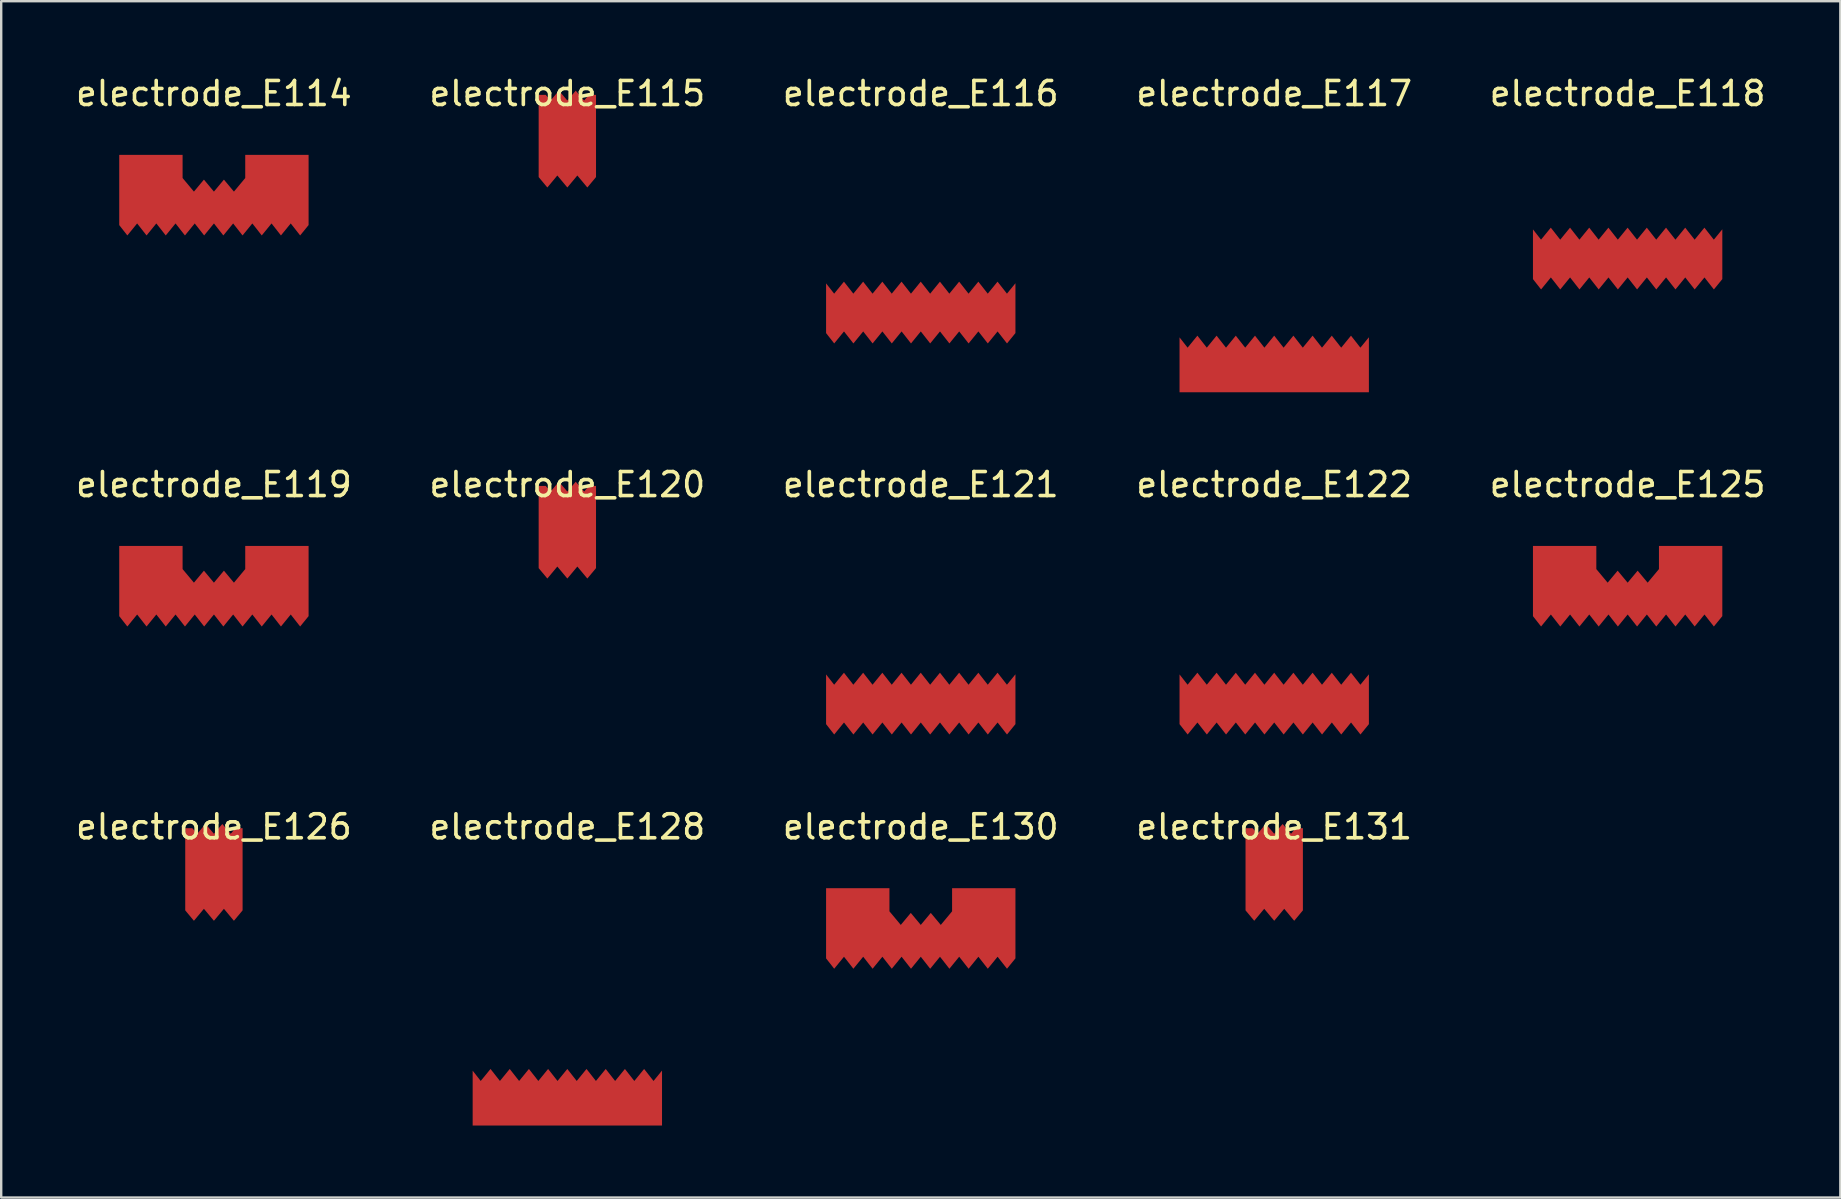
<source format=kicad_pcb>
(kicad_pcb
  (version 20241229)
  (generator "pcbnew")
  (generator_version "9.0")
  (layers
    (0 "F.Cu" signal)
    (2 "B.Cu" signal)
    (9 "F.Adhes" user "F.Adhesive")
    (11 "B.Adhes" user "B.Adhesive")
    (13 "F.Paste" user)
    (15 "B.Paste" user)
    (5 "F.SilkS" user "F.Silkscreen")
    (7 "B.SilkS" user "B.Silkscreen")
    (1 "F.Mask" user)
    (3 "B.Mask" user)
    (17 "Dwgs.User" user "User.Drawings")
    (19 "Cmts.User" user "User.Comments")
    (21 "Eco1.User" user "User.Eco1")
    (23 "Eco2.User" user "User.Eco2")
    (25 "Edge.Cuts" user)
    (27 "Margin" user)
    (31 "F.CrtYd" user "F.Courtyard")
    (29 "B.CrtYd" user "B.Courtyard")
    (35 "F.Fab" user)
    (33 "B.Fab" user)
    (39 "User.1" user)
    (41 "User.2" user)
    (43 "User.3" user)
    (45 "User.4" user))
  (footprint "electrode_E121"
    (layer "F.Cu")
    (at 35.315 17.142)
    (property "Reference" "electrode_E121" (at 0 0 0) (layer "F.SilkS") (effects (font (size 1 1) (thickness 0.15))))
    (attr through_hole)
    (pad "1" smd custom (at -2.838 9.112) (size 0.5 0.5) (layers "F.Cu" "F.Mask" "F.Paste") (options (anchor circle)) (primitives (gr_poly (pts (xy 6.429 -0.774) (xy 6.783 -1.208) (xy 6.783 0.868) (xy 6.431 1.3) (xy 6.039 0.8) (xy 5.631 1.3) (xy 5.239 0.8) (xy 4.831 1.3) (xy 4.439 0.8) (xy 4.031 1.3) (xy 3.639 0.8) (xy 3.231 1.3) (xy 2.839 0.8) (xy 2.431 1.3) (xy 2.039 0.8) (xy 1.631 1.3) (xy 1.239 0.8) (xy 0.831 1.3) (xy 0.439 0.8) (xy 0.031 1.3) (xy -0.361 0.8) (xy -0.769 1.3) (xy -1.107 0.869) (xy -1.107 -1.203) (xy -0.771 -0.774) (xy -0.363 -1.274) (xy 0.029 -0.774) (xy 0.437 -1.274) (xy 0.829 -0.774) (xy 1.237 -1.274) (xy 1.629 -0.774) (xy 2.037 -1.274) (xy 2.429 -0.774) (xy 2.837 -1.274) (xy 3.229 -0.774) (xy 3.637 -1.274) (xy 4.029 -0.774) (xy 4.437 -1.274) (xy 4.829 -0.774) (xy 5.237 -1.274) (xy 5.629 -0.774) (xy 6.037 -1.274)) (width 0.0001) (fill yes)))))
  (footprint "electrode_E122"
    (layer "F.Cu")
    (at 50.042 17.142)
    (property "Reference" "electrode_E122" (at 0 0 0) (layer "F.SilkS") (effects (font (size 1 1) (thickness 0.15))))
    (attr through_hole)
    (pad "1" smd custom (at -2.838 9.112) (size 0.5 0.5) (layers "F.Cu" "F.Mask" "F.Paste") (options (anchor circle)) (primitives (gr_poly (pts (xy 6.429 -0.774) (xy 6.783 -1.208) (xy 6.783 0.868) (xy 6.431 1.3) (xy 6.039 0.8) (xy 5.631 1.3) (xy 5.239 0.8) (xy 4.831 1.3) (xy 4.439 0.8) (xy 4.031 1.3) (xy 3.639 0.8) (xy 3.231 1.3) (xy 2.839 0.8) (xy 2.431 1.3) (xy 2.039 0.8) (xy 1.631 1.3) (xy 1.239 0.8) (xy 0.831 1.3) (xy 0.439 0.8) (xy 0.031 1.3) (xy -0.361 0.8) (xy -0.769 1.3) (xy -1.107 0.869) (xy -1.107 -1.203) (xy -0.771 -0.774) (xy -0.363 -1.274) (xy 0.029 -0.774) (xy 0.437 -1.274) (xy 0.829 -0.774) (xy 1.237 -1.274) (xy 1.629 -0.774) (xy 2.037 -1.274) (xy 2.429 -0.774) (xy 2.837 -1.274) (xy 3.229 -0.774) (xy 3.637 -1.274) (xy 4.029 -0.774) (xy 4.437 -1.274) (xy 4.829 -0.774) (xy 5.237 -1.274) (xy 5.629 -0.774) (xy 6.037 -1.274)) (width 0.0001) (fill yes)))))
  (footprint "electrode_E119"
    (layer "F.Cu")
    (at 5.863 17.142)
    (property "Reference" "electrode_E119" (at 0 0 0) (layer "F.SilkS") (effects (font (size 1 1) (thickness 0.15))))
    (attr through_hole)
    (pad "1" smd custom (at -2.708 3.99) (size 0.5 0.5) (layers "F.Cu" "F.Mask" "F.Paste") (options (anchor circle)) (primitives (gr_poly (pts (xy 6.653 1.49) (xy 6.301 1.922) (xy 5.909 1.422) (xy 5.501 1.922) (xy 5.109 1.422) (xy 4.701 1.922) (xy 4.309 1.422) (xy 3.901 1.922) (xy 3.509 1.422) (xy 3.101 1.922) (xy 2.709 1.422) (xy 2.301 1.922) (xy 1.909 1.422) (xy 1.501 1.922) (xy 1.109 1.422) (xy 0.701 1.922) (xy 0.309 1.422) (xy -0.099 1.922) (xy -0.491 1.422) (xy -0.899 1.922) (xy -1.237 1.491) (xy -1.237 -1.435) (xy 1.403 -1.435) (xy 1.403 -0.47) (xy 1.875 0.096) (xy 2.292 -0.404) (xy 2.708 0.096) (xy 3.125 -0.404) (xy 3.542 0.096) (xy 4.013 -0.47) (xy 4.013 -1.435) (xy 6.653 -1.435)) (width 0.0001) (fill yes)))))
  (footprint "electrode_E131"
    (layer "F.Cu")
    (at 50.042 31.402)
    (property "Reference" "electrode_E131" (at 0 0 0) (layer "F.SilkS") (effects (font (size 1 1) (thickness 0.15))))
    (attr through_hole)
    (pad "1" smd custom (at -0.05 1.623) (size 0.5 0.5) (layers "F.Cu" "F.Mask" "F.Paste") (options (anchor circle)) (primitives (gr_poly (pts (xy 0.75 -1.334) (xy 0.95 -1.568) (xy 1.245 -1.568) (xy 1.245 1.857) (xy 0.883 2.291) (xy 0.467 1.791) (xy 0.05 2.291) (xy -0.367 1.791) (xy -0.783 2.291) (xy -1.145 1.857) (xy -1.145 -1.568) (xy -0.85 -1.568) (xy -0.65 -1.334) (xy -0.3 -1.743) (xy 0.05 -1.334) (xy 0.4 -1.743)) (width 0.0001) (fill yes)))))
  (footprint "electrode_E125"
    (layer "F.Cu")
    (at 64.768 17.142)
    (property "Reference" "electrode_E125" (at 0 0 0) (layer "F.SilkS") (effects (font (size 1 1) (thickness 0.15))))
    (attr through_hole)
    (pad "1" smd custom (at -2.708 3.99) (size 0.5 0.5) (layers "F.Cu" "F.Mask" "F.Paste") (options (anchor circle)) (primitives (gr_poly (pts (xy 6.653 1.49) (xy 6.301 1.922) (xy 5.909 1.422) (xy 5.501 1.922) (xy 5.109 1.422) (xy 4.701 1.922) (xy 4.309 1.422) (xy 3.901 1.922) (xy 3.509 1.422) (xy 3.101 1.922) (xy 2.709 1.422) (xy 2.301 1.922) (xy 1.909 1.422) (xy 1.501 1.922) (xy 1.109 1.422) (xy 0.701 1.922) (xy 0.309 1.422) (xy -0.099 1.922) (xy -0.491 1.422) (xy -0.899 1.922) (xy -1.237 1.491) (xy -1.237 -1.435) (xy 1.403 -1.435) (xy 1.403 -0.47) (xy 1.875 0.096) (xy 2.292 -0.404) (xy 2.708 0.096) (xy 3.125 -0.404) (xy 3.542 0.096) (xy 4.013 -0.47) (xy 4.013 -1.435) (xy 6.653 -1.435)) (width 0.0001) (fill yes)))))
  (footprint "electrode_E130"
    (layer "F.Cu")
    (at 35.315 31.402)
    (property "Reference" "electrode_E130" (at 0 0 0) (layer "F.SilkS") (effects (font (size 1 1) (thickness 0.15))))
    (attr through_hole)
    (pad "1" smd custom (at -2.708 3.99) (size 0.5 0.5) (layers "F.Cu" "F.Mask" "F.Paste") (options (anchor circle)) (primitives (gr_poly (pts (xy 6.653 1.49) (xy 6.301 1.922) (xy 5.909 1.422) (xy 5.501 1.922) (xy 5.109 1.422) (xy 4.701 1.922) (xy 4.309 1.422) (xy 3.901 1.922) (xy 3.509 1.422) (xy 3.101 1.922) (xy 2.709 1.422) (xy 2.301 1.922) (xy 1.909 1.422) (xy 1.501 1.922) (xy 1.109 1.422) (xy 0.701 1.922) (xy 0.309 1.422) (xy -0.099 1.922) (xy -0.491 1.422) (xy -0.899 1.922) (xy -1.237 1.491) (xy -1.237 -1.435) (xy 1.403 -1.435) (xy 1.403 -0.47) (xy 1.875 0.096) (xy 2.292 -0.404) (xy 2.708 0.096) (xy 3.125 -0.404) (xy 3.542 0.096) (xy 4.013 -0.47) (xy 4.013 -1.435) (xy 6.653 -1.435)) (width 0.0001) (fill yes)))))
  (footprint "electrode_E116"
    (layer "F.Cu")
    (at 35.315 0.848)
    (property "Reference" "electrode_E116" (at 0 0 0) (layer "F.SilkS") (effects (font (size 1 1) (thickness 0.15))))
    (attr through_hole)
    (pad "1" smd custom (at -2.838 9.112) (size 0.5 0.5) (layers "F.Cu" "F.Mask" "F.Paste") (options (anchor circle)) (primitives (gr_poly (pts (xy 6.429 -0.774) (xy 6.783 -1.208) (xy 6.783 0.868) (xy 6.431 1.3) (xy 6.039 0.8) (xy 5.631 1.3) (xy 5.239 0.8) (xy 4.831 1.3) (xy 4.439 0.8) (xy 4.031 1.3) (xy 3.639 0.8) (xy 3.231 1.3) (xy 2.839 0.8) (xy 2.431 1.3) (xy 2.039 0.8) (xy 1.631 1.3) (xy 1.239 0.8) (xy 0.831 1.3) (xy 0.439 0.8) (xy 0.031 1.3) (xy -0.361 0.8) (xy -0.769 1.3) (xy -1.107 0.869) (xy -1.107 -1.203) (xy -0.771 -0.774) (xy -0.363 -1.274) (xy 0.029 -0.774) (xy 0.437 -1.274) (xy 0.829 -0.774) (xy 1.237 -1.274) (xy 1.629 -0.774) (xy 2.037 -1.274) (xy 2.429 -0.774) (xy 2.837 -1.274) (xy 3.229 -0.774) (xy 3.637 -1.274) (xy 4.029 -0.774) (xy 4.437 -1.274) (xy 4.829 -0.774) (xy 5.237 -1.274) (xy 5.629 -0.774) (xy 6.037 -1.274)) (width 0.0001) (fill yes)))))
  (footprint "electrode_E128"
    (layer "F.Cu")
    (at 20.589 31.402)
    (property "Reference" "electrode_E128" (at 0 0 0) (layer "F.SilkS") (effects (font (size 1 1) (thickness 0.15))))
    (attr through_hole)
    (pad "1" smd custom (at -2.806 11.576) (size 0.5 0.5) (layers "F.Cu" "F.Mask" "F.Paste") (options (anchor circle)) (primitives (gr_poly (pts (xy 6.397 -0.988) (xy 6.751 -1.422) (xy 6.751 0.869) (xy -1.139 0.869) (xy -1.139 -1.417) (xy -0.803 -0.988) (xy -0.395 -1.488) (xy -0.003 -0.988) (xy 0.405 -1.488) (xy 0.797 -0.988) (xy 1.205 -1.488) (xy 1.597 -0.988) (xy 2.005 -1.488) (xy 2.397 -0.988) (xy 2.805 -1.488) (xy 3.197 -0.988) (xy 3.605 -1.488) (xy 3.997 -0.988) (xy 4.405 -1.488) (xy 4.797 -0.988) (xy 5.205 -1.488) (xy 5.597 -0.988) (xy 6.005 -1.488)) (width 0.0001) (fill yes)))))
  (footprint "electrode_E114"
    (layer "F.Cu")
    (at 5.863 0.848)
    (property "Reference" "electrode_E114" (at 0 0 0) (layer "F.SilkS") (effects (font (size 1 1) (thickness 0.15))))
    (attr through_hole)
    (pad "1" smd custom (at -2.708 3.99) (size 0.5 0.5) (layers "F.Cu" "F.Mask" "F.Paste") (options (anchor circle)) (primitives (gr_poly (pts (xy 6.653 1.49) (xy 6.301 1.922) (xy 5.909 1.422) (xy 5.501 1.922) (xy 5.109 1.422) (xy 4.701 1.922) (xy 4.309 1.422) (xy 3.901 1.922) (xy 3.509 1.422) (xy 3.101 1.922) (xy 2.709 1.422) (xy 2.301 1.922) (xy 1.909 1.422) (xy 1.501 1.922) (xy 1.109 1.422) (xy 0.701 1.922) (xy 0.309 1.422) (xy -0.099 1.922) (xy -0.491 1.422) (xy -0.899 1.922) (xy -1.237 1.491) (xy -1.237 -1.435) (xy 1.403 -1.435) (xy 1.403 -0.47) (xy 1.875 0.096) (xy 2.292 -0.404) (xy 2.708 0.096) (xy 3.125 -0.404) (xy 3.542 0.096) (xy 4.013 -0.47) (xy 4.013 -1.435) (xy 6.653 -1.435)) (width 0.0001) (fill yes)))))
  (footprint "electrode_E117"
    (layer "F.Cu")
    (at 50.042 0.848)
    (property "Reference" "electrode_E117" (at 0 0 0) (layer "F.SilkS") (effects (font (size 1 1) (thickness 0.15))))
    (attr through_hole)
    (pad "1" smd custom (at -2.806 11.576) (size 0.5 0.5) (layers "F.Cu" "F.Mask" "F.Paste") (options (anchor circle)) (primitives (gr_poly (pts (xy 6.397 -0.988) (xy 6.751 -1.422) (xy 6.751 0.869) (xy -1.139 0.869) (xy -1.139 -1.417) (xy -0.803 -0.988) (xy -0.395 -1.488) (xy -0.003 -0.988) (xy 0.405 -1.488) (xy 0.797 -0.988) (xy 1.205 -1.488) (xy 1.597 -0.988) (xy 2.005 -1.488) (xy 2.397 -0.988) (xy 2.805 -1.488) (xy 3.197 -0.988) (xy 3.605 -1.488) (xy 3.997 -0.988) (xy 4.405 -1.488) (xy 4.797 -0.988) (xy 5.205 -1.488) (xy 5.597 -0.988) (xy 6.005 -1.488)) (width 0.0001) (fill yes)))))
  (footprint "electrode_E120"
    (layer "F.Cu")
    (at 20.589 17.142)
    (property "Reference" "electrode_E120" (at 0 0 0) (layer "F.SilkS") (effects (font (size 1 1) (thickness 0.15))))
    (attr through_hole)
    (pad "1" smd custom (at -0.05 1.623) (size 0.5 0.5) (layers "F.Cu" "F.Mask" "F.Paste") (options (anchor circle)) (primitives (gr_poly (pts (xy 0.75 -1.334) (xy 0.95 -1.568) (xy 1.245 -1.568) (xy 1.245 1.857) (xy 0.883 2.291) (xy 0.467 1.791) (xy 0.05 2.291) (xy -0.367 1.791) (xy -0.783 2.291) (xy -1.145 1.857) (xy -1.145 -1.568) (xy -0.85 -1.568) (xy -0.65 -1.334) (xy -0.3 -1.743) (xy 0.05 -1.334) (xy 0.4 -1.743)) (width 0.0001) (fill yes)))))
  (footprint "electrode_E126"
    (layer "F.Cu")
    (at 5.863 31.402)
    (property "Reference" "electrode_E126" (at 0 0 0) (layer "F.SilkS") (effects (font (size 1 1) (thickness 0.15))))
    (attr through_hole)
    (pad "1" smd custom (at -0.05 1.623) (size 0.5 0.5) (layers "F.Cu" "F.Mask" "F.Paste") (options (anchor circle)) (primitives (gr_poly (pts (xy 0.75 -1.334) (xy 0.95 -1.568) (xy 1.245 -1.568) (xy 1.245 1.857) (xy 0.883 2.291) (xy 0.467 1.791) (xy 0.05 2.291) (xy -0.367 1.791) (xy -0.783 2.291) (xy -1.145 1.857) (xy -1.145 -1.568) (xy -0.85 -1.568) (xy -0.65 -1.334) (xy -0.3 -1.743) (xy 0.05 -1.334) (xy 0.4 -1.743)) (width 0.0001) (fill yes)))))
  (footprint "electrode_E118"
    (layer "F.Cu")
    (at 64.768 0.848)
    (property "Reference" "electrode_E118" (at 0 0 0) (layer "F.SilkS") (effects (font (size 1 1) (thickness 0.15))))
    (attr through_hole)
    (pad "1" smd custom (at -2.903 6.908) (size 0.5 0.5) (layers "F.Cu" "F.Mask" "F.Paste") (options (anchor circle)) (primitives (gr_poly (pts (xy 6.494 -0.82) (xy 6.848 -1.253) (xy 6.848 0.823) (xy 6.496 1.254) (xy 6.104 0.754) (xy 5.696 1.254) (xy 5.304 0.754) (xy 4.896 1.254) (xy 4.504 0.754) (xy 4.096 1.254) (xy 3.704 0.754) (xy 3.296 1.254) (xy 2.904 0.754) (xy 2.496 1.254) (xy 2.104 0.754) (xy 1.696 1.254) (xy 1.304 0.754) (xy 0.896 1.254) (xy 0.504 0.754) (xy 0.096 1.254) (xy -0.296 0.754) (xy -0.704 1.254) (xy -1.042 0.823) (xy -1.042 -1.248) (xy -0.706 -0.82) (xy -0.298 -1.32) (xy 0.094 -0.82) (xy 0.502 -1.32) (xy 0.894 -0.82) (xy 1.302 -1.32) (xy 1.694 -0.82) (xy 2.102 -1.32) (xy 2.494 -0.82) (xy 2.902 -1.32) (xy 3.294 -0.82) (xy 3.702 -1.32) (xy 4.094 -0.82) (xy 4.502 -1.32) (xy 4.894 -0.82) (xy 5.302 -1.32) (xy 5.694 -0.82) (xy 6.102 -1.32)) (width 0.0001) (fill yes)))))
  (footprint "electrode_E115"
    (layer "F.Cu")
    (at 20.589 0.848)
    (property "Reference" "electrode_E115" (at 0 0 0) (layer "F.SilkS") (effects (font (size 1 1) (thickness 0.15))))
    (attr through_hole)
    (pad "1" smd custom (at -0.05 1.623) (size 0.5 0.5) (layers "F.Cu" "F.Mask" "F.Paste") (options (anchor circle)) (primitives (gr_poly (pts (xy 0.75 -1.334) (xy 0.95 -1.568) (xy 1.245 -1.568) (xy 1.245 1.857) (xy 0.883 2.291) (xy 0.467 1.791) (xy 0.05 2.291) (xy -0.367 1.791) (xy -0.783 2.291) (xy -1.145 1.857) (xy -1.145 -1.568) (xy -0.85 -1.568) (xy -0.65 -1.334) (xy -0.3 -1.743) (xy 0.05 -1.334) (xy 0.4 -1.743)) (width 0.0001) (fill yes)))))
  (gr_rect
    (start -3 -3)
    (end 73.631 46.847)
    (stroke (width 0.1) (type default))
    (fill no)
    (layer "Edge.Cuts")))
</source>
